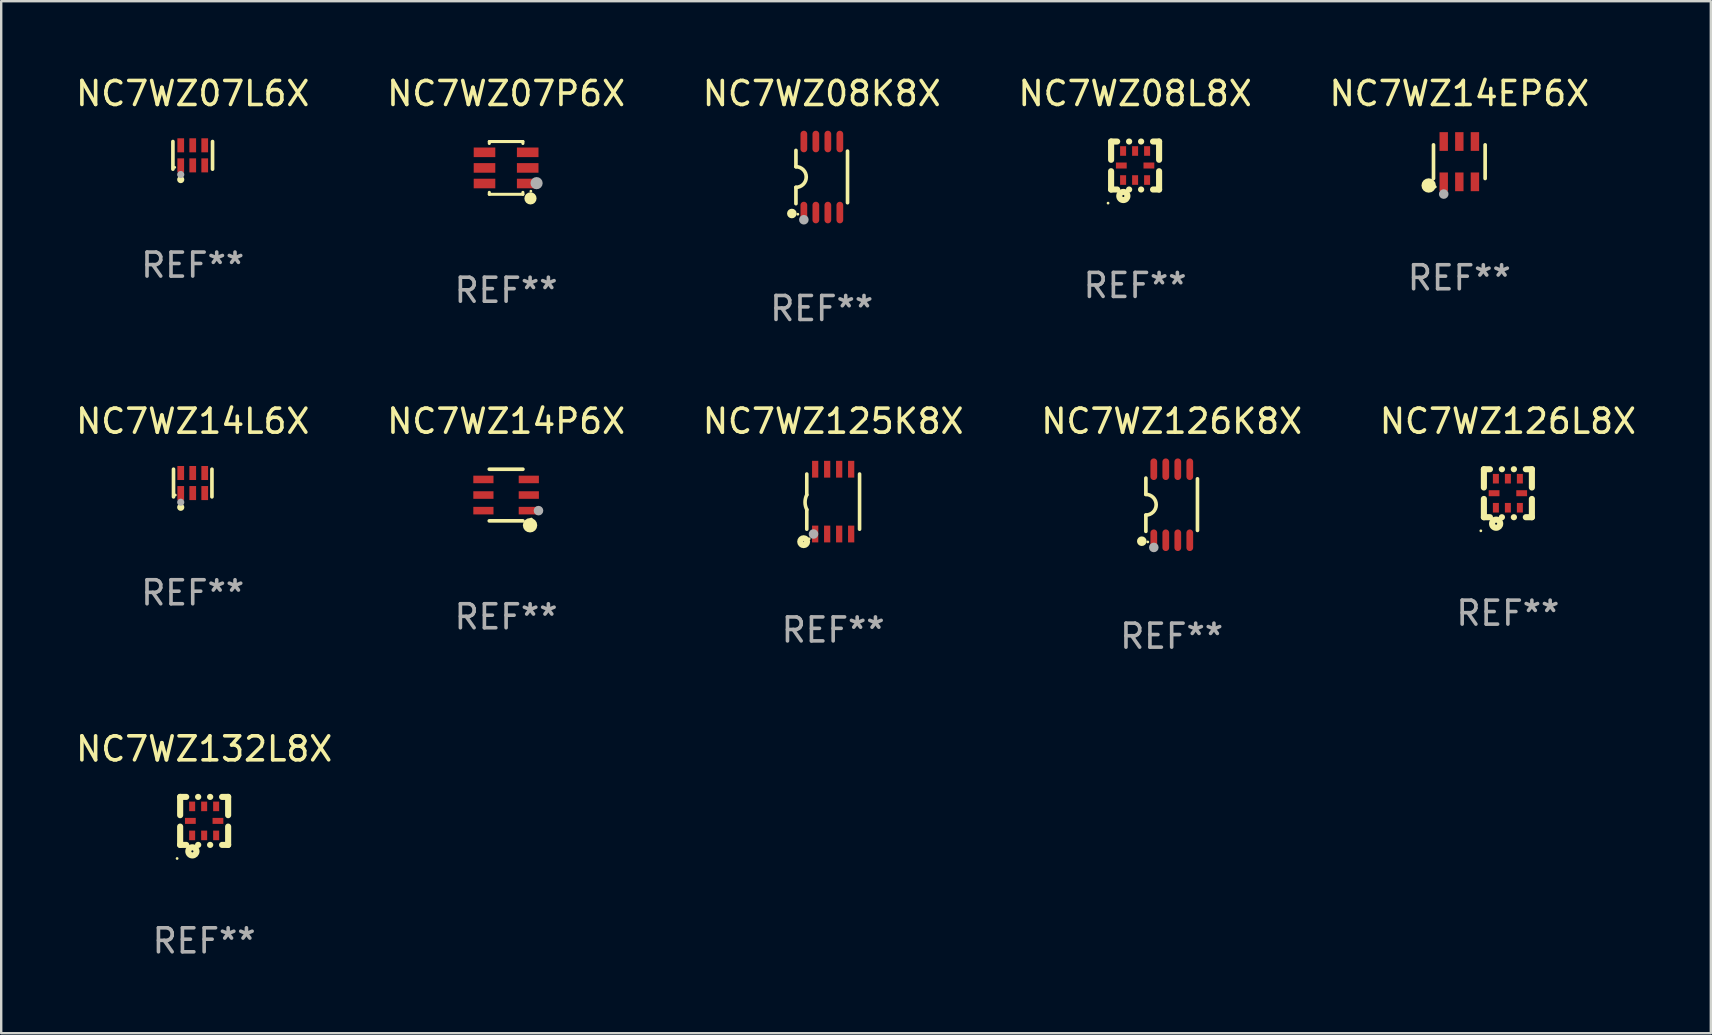
<source format=kicad_pcb>
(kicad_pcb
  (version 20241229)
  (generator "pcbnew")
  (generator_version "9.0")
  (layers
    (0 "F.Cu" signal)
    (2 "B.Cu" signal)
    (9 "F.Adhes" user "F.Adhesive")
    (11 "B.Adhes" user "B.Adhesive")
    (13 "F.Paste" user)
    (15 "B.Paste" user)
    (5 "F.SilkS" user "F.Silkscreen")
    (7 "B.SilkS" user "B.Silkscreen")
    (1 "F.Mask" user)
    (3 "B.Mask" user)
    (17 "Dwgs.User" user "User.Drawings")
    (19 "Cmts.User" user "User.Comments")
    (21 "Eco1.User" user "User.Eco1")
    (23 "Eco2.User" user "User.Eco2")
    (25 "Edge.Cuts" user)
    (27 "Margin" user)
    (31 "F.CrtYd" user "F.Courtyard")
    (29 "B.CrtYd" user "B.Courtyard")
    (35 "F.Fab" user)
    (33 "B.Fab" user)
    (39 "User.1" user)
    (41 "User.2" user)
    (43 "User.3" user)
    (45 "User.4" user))
  (footprint "NC7WZ07L6X"
    (layer "F.Cu")
    (at 4.982 3.424)
    (property "Reference" "NC7WZ07L6X" (at 0 -2.576 0) (layer "F.SilkS") (effects (font (size 1 1) (thickness 0.15))))
    (attr through_hole)
    (fp_line (start -0.826 0.576) (end -0.826 -0.576) (stroke (width 0.152) (type solid)) (layer "F.SilkS"))
    (fp_line (start 0.826 0.576) (end 0.826 -0.576) (stroke (width 0.152) (type solid)) (layer "F.SilkS"))
    (fp_circle (center -0.75 0.5) (end -0.72 0.5) (stroke (width 0.06) (type solid)) (fill no) (layer "F.SilkS"))
    (fp_circle (center -0.5 1.01) (end -0.425 1.01) (stroke (width 0.15) (type solid)) (fill no) (layer "F.SilkS"))
    (fp_circle (center -0.5 0.8) (end -0.425 0.8) (stroke (width 0.15) (type solid)) (fill no) (layer "F.Fab"))
    (fp_text user "REF**" (at 0 4.576 0) (layer "F.Fab") (effects (font (size 1 1) (thickness 0.15))))
    (pad "1" smd rect (at -0.5 0.418) (size 0.28 0.585) (layers "F.Cu" "F.Mask" "F.Paste"))
    (pad "2" smd rect (at 0 0.418) (size 0.28 0.585) (layers "F.Cu" "F.Mask" "F.Paste"))
    (pad "3" smd rect (at 0.5 0.418) (size 0.28 0.585) (layers "F.Cu" "F.Mask" "F.Paste"))
    (pad "4" smd rect (at 0.5 -0.418) (size 0.28 0.585) (layers "F.Cu" "F.Mask" "F.Paste"))
    (pad "5" smd rect (at 0 -0.418) (size 0.28 0.585) (layers "F.Cu" "F.Mask" "F.Paste"))
    (pad "6" smd rect (at -0.5 -0.418) (size 0.28 0.585) (layers "F.Cu" "F.Mask" "F.Paste")))
  (footprint "NC7WZ125K8X"
    (layer "F.Cu")
    (at 31.673 17.855)
    (property "Reference" "NC7WZ125K8X" (at 0 -3.35 0) (layer "F.SilkS") (effects (font (size 1 1) (thickness 0.15))))
    (attr through_hole)
    (fp_line (start -1.1 -1.15) (end -1.1 -0.282) (stroke (width 0.15) (type solid)) (layer "F.SilkS"))
    (fp_line (start -1.1 1.15) (end -1.1 0.332) (stroke (width 0.15) (type solid)) (layer "F.SilkS"))
    (fp_line (start 1.1 -1.15) (end 1.1 1.15) (stroke (width 0.15) (type solid)) (layer "F.SilkS"))
    (fp_arc (start -1.098883 0.33274) (mid -1.171878 0.025277) (end -1.1 -0.282449) (stroke (width 0.150013) (type solid)) (layer "F.SilkS"))
    (fp_circle (center -1.23 1.67) (end -1.087 1.67) (stroke (width 0.254) (type solid)) (fill no) (layer "F.SilkS"))
    (fp_circle (center -1 1.55) (end -0.97 1.55) (stroke (width 0.06) (type solid)) (fill no) (layer "F.SilkS"))
    (fp_circle (center -0.82 1.35) (end -0.72 1.35) (stroke (width 0.2) (type solid)) (fill no) (layer "F.Fab"))
    (fp_text user "REF**" (at 0 5.35 0) (layer "F.Fab") (effects (font (size 1 1) (thickness 0.15))))
    (pad "1" smd rect (at -0.75 1.35) (size 0.26 0.7) (layers "F.Cu" "F.Mask" "F.Paste"))
    (pad "2" smd rect (at -0.25 1.35) (size 0.26 0.7) (layers "F.Cu" "F.Mask" "F.Paste"))
    (pad "3" smd rect (at 0.25 1.35) (size 0.26 0.7) (layers "F.Cu" "F.Mask" "F.Paste"))
    (pad "4" smd rect (at 0.75 1.35) (size 0.26 0.7) (layers "F.Cu" "F.Mask" "F.Paste"))
    (pad "5" smd rect (at 0.75 -1.35) (size 0.26 0.7) (layers "F.Cu" "F.Mask" "F.Paste"))
    (pad "6" smd rect (at 0.25 -1.35) (size 0.26 0.7) (layers "F.Cu" "F.Mask" "F.Paste"))
    (pad "7" smd rect (at -0.25 -1.35) (size 0.26 0.7) (layers "F.Cu" "F.Mask" "F.Paste"))
    (pad "8" smd rect (at -0.75 -1.35) (size 0.26 0.7) (layers "F.Cu" "F.Mask" "F.Paste")))
  (footprint "NC7WZ08K8X"
    (layer "F.Cu")
    (at 31.196 4.328)
    (property "Reference" "NC7WZ08K8X" (at 0 -3.48 0) (layer "F.SilkS") (effects (font (size 1 1) (thickness 0.15))))
    (attr through_hole)
    (fp_line (start -1.075 -1.11) (end -1.075 -0.43) (stroke (width 0.152) (type solid)) (layer "F.SilkS"))
    (fp_line (start -1.075 1.11) (end -1.075 0.43) (stroke (width 0.152) (type solid)) (layer "F.SilkS"))
    (fp_line (start 1.075 -1.08) (end 1.075 1.07) (stroke (width 0.152) (type solid)) (layer "F.SilkS"))
    (fp_arc (start -1.075272 -0.430531) (mid -0.645021 -0.000431) (end -1.074994 0.429947) (stroke (width 0.151994) (type solid)) (layer "F.SilkS"))
    (fp_circle (center -1.245 1.52) (end -1.145 1.52) (stroke (width 0.2) (type solid)) (fill no) (layer "F.SilkS"))
    (fp_circle (center -0.995 1.55) (end -0.965 1.55) (stroke (width 0.06) (type solid)) (fill no) (layer "F.SilkS"))
    (fp_circle (center -0.745 1.78) (end -0.645 1.78) (stroke (width 0.2) (type solid)) (fill no) (layer "F.Fab"))
    (fp_text user "REF**" (at 0 5.48 0) (layer "F.Fab") (effects (font (size 1 1) (thickness 0.15))))
    (pad "1" smd oval (at -0.745 1.48) (size 0.28 0.9) (layers "F.Cu" "F.Mask" "F.Paste"))
    (pad "2" smd oval (at -0.245 1.48) (size 0.28 0.9) (layers "F.Cu" "F.Mask" "F.Paste"))
    (pad "3" smd oval (at 0.255 1.48) (size 0.28 0.9) (layers "F.Cu" "F.Mask" "F.Paste"))
    (pad "4" smd oval (at 0.755 1.48) (size 0.28 0.9) (layers "F.Cu" "F.Mask" "F.Paste"))
    (pad "5" smd oval (at 0.755 -1.48) (size 0.28 0.9) (layers "F.Cu" "F.Mask" "F.Paste"))
    (pad "6" smd oval (at 0.255 -1.48) (size 0.28 0.9) (layers "F.Cu" "F.Mask" "F.Paste"))
    (pad "7" smd oval (at -0.245 -1.48) (size 0.28 0.9) (layers "F.Cu" "F.Mask" "F.Paste"))
    (pad "8" smd oval (at -0.745 -1.48) (size 0.28 0.9) (layers "F.Cu" "F.Mask" "F.Paste")))
  (footprint "NC7WZ126K8X"
    (layer "F.Cu")
    (at 45.78 17.985)
    (property "Reference" "NC7WZ126K8X" (at 0 -3.48 0) (layer "F.SilkS") (effects (font (size 1 1) (thickness 0.15))))
    (attr through_hole)
    (fp_line (start -1.075 -1.11) (end -1.075 -0.43) (stroke (width 0.152) (type solid)) (layer "F.SilkS"))
    (fp_line (start -1.075 1.11) (end -1.075 0.43) (stroke (width 0.152) (type solid)) (layer "F.SilkS"))
    (fp_line (start 1.075 -1.08) (end 1.075 1.07) (stroke (width 0.152) (type solid)) (layer "F.SilkS"))
    (fp_arc (start -1.075272 -0.430531) (mid -0.645021 -0.000431) (end -1.074994 0.429947) (stroke (width 0.151994) (type solid)) (layer "F.SilkS"))
    (fp_circle (center -1.245 1.52) (end -1.145 1.52) (stroke (width 0.2) (type solid)) (fill no) (layer "F.SilkS"))
    (fp_circle (center -0.995 1.55) (end -0.965 1.55) (stroke (width 0.06) (type solid)) (fill no) (layer "F.SilkS"))
    (fp_circle (center -0.745 1.78) (end -0.645 1.78) (stroke (width 0.2) (type solid)) (fill no) (layer "F.Fab"))
    (fp_text user "REF**" (at 0 5.48 0) (layer "F.Fab") (effects (font (size 1 1) (thickness 0.15))))
    (pad "1" smd oval (at -0.745 1.48) (size 0.28 0.9) (layers "F.Cu" "F.Mask" "F.Paste"))
    (pad "2" smd oval (at -0.245 1.48) (size 0.28 0.9) (layers "F.Cu" "F.Mask" "F.Paste"))
    (pad "3" smd oval (at 0.255 1.48) (size 0.28 0.9) (layers "F.Cu" "F.Mask" "F.Paste"))
    (pad "4" smd oval (at 0.755 1.48) (size 0.28 0.9) (layers "F.Cu" "F.Mask" "F.Paste"))
    (pad "5" smd oval (at 0.755 -1.48) (size 0.28 0.9) (layers "F.Cu" "F.Mask" "F.Paste"))
    (pad "6" smd oval (at 0.255 -1.48) (size 0.28 0.9) (layers "F.Cu" "F.Mask" "F.Paste"))
    (pad "7" smd oval (at -0.245 -1.48) (size 0.28 0.9) (layers "F.Cu" "F.Mask" "F.Paste"))
    (pad "8" smd oval (at -0.745 -1.48) (size 0.28 0.9) (layers "F.Cu" "F.Mask" "F.Paste")))
  (footprint "NC7WZ126L8X"
    (layer "F.Cu")
    (at 59.792 17.505)
    (property "Reference" "NC7WZ126L8X" (at 0 -3 0) (layer "F.SilkS") (effects (font (size 1 1) (thickness 0.15))))
    (attr through_hole)
    (fp_line (start -1 -1) (end -0.747 -1) (stroke (width 0.254) (type solid)) (layer "F.SilkS"))
    (fp_line (start -1 -0.238) (end -1 -1) (stroke (width 0.254) (type solid)) (layer "F.SilkS"))
    (fp_line (start -1 1) (end -1 0.238) (stroke (width 0.254) (type solid)) (layer "F.SilkS"))
    (fp_line (start -0.747 1) (end -1 1) (stroke (width 0.254) (type solid)) (layer "F.SilkS"))
    (fp_line (start -0.253 -1) (end -0.247 -1) (stroke (width 0.254) (type solid)) (layer "F.SilkS"))
    (fp_line (start -0.247 1) (end -0.253 1) (stroke (width 0.254) (type solid)) (layer "F.SilkS"))
    (fp_line (start 0.247 -1) (end 0.253 -1) (stroke (width 0.254) (type solid)) (layer "F.SilkS"))
    (fp_line (start 0.253 1) (end 0.247 1) (stroke (width 0.254) (type solid)) (layer "F.SilkS"))
    (fp_line (start 0.747 -1) (end 1 -1) (stroke (width 0.254) (type solid)) (layer "F.SilkS"))
    (fp_line (start 1 -1) (end 1 -0.238) (stroke (width 0.254) (type solid)) (layer "F.SilkS"))
    (fp_line (start 1 0.238) (end 1 1) (stroke (width 0.254) (type solid)) (layer "F.SilkS"))
    (fp_line (start 1 1) (end 0.747 1) (stroke (width 0.254) (type solid)) (layer "F.SilkS"))
    (fp_circle (center -1.127 1.567) (end -1.097 1.567) (stroke (width 0.06) (type solid)) (fill no) (layer "F.SilkS"))
    (fp_circle (center -0.49 1.27) (end -0.32 1.27) (stroke (width 0.254) (type solid)) (fill no) (layer "F.SilkS"))
    (fp_text user "REF**" (at 0 5 0) (layer "F.Fab") (effects (font (size 1 1) (thickness 0.15))))
    (pad "1" smd rect (at -0.5 0.605 90) (size 0.4 0.25) (layers "F.Cu" "F.Mask" "F.Paste"))
    (pad "2" smd rect (at 0 0.605 90) (size 0.4 0.25) (layers "F.Cu" "F.Mask" "F.Paste"))
    (pad "3" smd rect (at 0.5 0.605 90) (size 0.4 0.25) (layers "F.Cu" "F.Mask" "F.Paste"))
    (pad "4" smd rect (at 0.575 0 180) (size 0.45 0.25) (layers "F.Cu" "F.Mask" "F.Paste"))
    (pad "5" smd rect (at 0.5 -0.605 270) (size 0.4 0.25) (layers "F.Cu" "F.Mask" "F.Paste"))
    (pad "6" smd rect (at 0 -0.605 270) (size 0.4 0.25) (layers "F.Cu" "F.Mask" "F.Paste"))
    (pad "7" smd rect (at -0.5 -0.605 270) (size 0.4 0.25) (layers "F.Cu" "F.Mask" "F.Paste"))
    (pad "8" smd rect (at -0.575 0) (size 0.45 0.25) (layers "F.Cu" "F.Mask" "F.Paste")))
  (footprint "NC7WZ07P6X"
    (layer "F.Cu")
    (at 18.042 3.948)
    (property "Reference" "NC7WZ07P6X" (at 0 -3.1 0) (layer "F.SilkS") (effects (font (size 1 1) (thickness 0.15))))
    (attr through_hole)
    (fp_line (start -0.7 -1.018) (end -0.7 -1.1) (stroke (width 0.127) (type solid)) (layer "F.SilkS"))
    (fp_line (start -0.7 1.1) (end -0.7 1.018) (stroke (width 0.127) (type solid)) (layer "F.SilkS"))
    (fp_line (start 0.7 -1.1) (end -0.7 -1.1) (stroke (width 0.127) (type solid)) (layer "F.SilkS"))
    (fp_line (start 0.7 -1.018) (end 0.7 -1.1) (stroke (width 0.127) (type solid)) (layer "F.SilkS"))
    (fp_line (start 0.7 1.1) (end -0.7 1.1) (stroke (width 0.127) (type solid)) (layer "F.SilkS"))
    (fp_line (start 0.7 1.1) (end 0.7 1.018) (stroke (width 0.127) (type solid)) (layer "F.SilkS"))
    (fp_circle (center 1.016 1.27) (end 1.143 1.27) (stroke (width 0.254) (type solid)) (fill no) (layer "F.SilkS"))
    (fp_circle (center 1.032 0.97) (end 1.062 0.97) (stroke (width 0.06) (type solid)) (fill no) (layer "F.SilkS"))
    (fp_circle (center 1.27 0.635) (end 1.397 0.635) (stroke (width 0.254) (type solid)) (fill no) (layer "F.Fab"))
    (fp_text user "REF**" (at 0 5.1 0) (layer "F.Fab") (effects (font (size 1 1) (thickness 0.15))))
    (pad "1" smd rect (at 0.9 0.65 90) (size 0.4 0.9) (layers "F.Cu" "F.Mask" "F.Paste"))
    (pad "2" smd rect (at 0.9 -0.000102 90) (size 0.4 0.9) (layers "F.Cu" "F.Mask" "F.Paste"))
    (pad "3" smd rect (at 0.9 -0.65 90) (size 0.4 0.9) (layers "F.Cu" "F.Mask" "F.Paste"))
    (pad "4" smd rect (at -0.9 -0.65 90) (size 0.4 0.9) (layers "F.Cu" "F.Mask" "F.Paste"))
    (pad "5" smd rect (at -0.9 -0.000102 90) (size 0.4 0.9) (layers "F.Cu" "F.Mask" "F.Paste"))
    (pad "6" smd rect (at -0.9 0.65 90) (size 0.4 0.9) (layers "F.Cu" "F.Mask" "F.Paste")))
  (footprint "NC7WZ14P6X"
    (layer "F.Cu")
    (at 18.042 17.581)
    (property "Reference" "NC7WZ14P6X" (at 0 -3.076 0) (layer "F.SilkS") (effects (font (size 1 1) (thickness 0.15))))
    (attr through_hole)
    (fp_line (start 0.701 -1.076) (end -0.701 -1.076) (stroke (width 0.152) (type solid)) (layer "F.SilkS"))
    (fp_line (start 0.701 1.076) (end -0.701 1.076) (stroke (width 0.152) (type solid)) (layer "F.SilkS"))
    (fp_circle (center 0.998 1.26) (end 1.148 1.26) (stroke (width 0.3) (type solid)) (fill no) (layer "F.SilkS"))
    (fp_circle (center 1.05 1) (end 1.08 1) (stroke (width 0.06) (type solid)) (fill no) (layer "F.SilkS"))
    (fp_circle (center 1.35 0.65) (end 1.45 0.65) (stroke (width 0.2) (type solid)) (fill no) (layer "F.Fab"))
    (fp_text user "REF**" (at 0 5.076 0) (layer "F.Fab") (effects (font (size 1 1) (thickness 0.15))))
    (pad "1" smd rect (at 0.946 0.65) (size 0.841 0.315) (layers "F.Cu" "F.Mask" "F.Paste"))
    (pad "2" smd rect (at 0.946 0) (size 0.841 0.315) (layers "F.Cu" "F.Mask" "F.Paste"))
    (pad "3" smd rect (at 0.946 -0.65) (size 0.841 0.315) (layers "F.Cu" "F.Mask" "F.Paste"))
    (pad "4" smd rect (at -0.946 -0.65) (size 0.841 0.315) (layers "F.Cu" "F.Mask" "F.Paste"))
    (pad "5" smd rect (at -0.946 0) (size 0.841 0.315) (layers "F.Cu" "F.Mask" "F.Paste"))
    (pad "6" smd rect (at -0.946 0.65) (size 0.841 0.315) (layers "F.Cu" "F.Mask" "F.Paste")))
  (footprint "NC7WZ132L8X"
    (layer "F.Cu")
    (at 5.458 31.161)
    (property "Reference" "NC7WZ132L8X" (at 0 -3 0) (layer "F.SilkS") (effects (font (size 1 1) (thickness 0.15))))
    (attr through_hole)
    (fp_line (start -1 -1) (end -0.747 -1) (stroke (width 0.254) (type solid)) (layer "F.SilkS"))
    (fp_line (start -1 -0.238) (end -1 -1) (stroke (width 0.254) (type solid)) (layer "F.SilkS"))
    (fp_line (start -1 1) (end -1 0.238) (stroke (width 0.254) (type solid)) (layer "F.SilkS"))
    (fp_line (start -0.747 1) (end -1 1) (stroke (width 0.254) (type solid)) (layer "F.SilkS"))
    (fp_line (start -0.253 -1) (end -0.247 -1) (stroke (width 0.254) (type solid)) (layer "F.SilkS"))
    (fp_line (start -0.247 1) (end -0.253 1) (stroke (width 0.254) (type solid)) (layer "F.SilkS"))
    (fp_line (start 0.247 -1) (end 0.253 -1) (stroke (width 0.254) (type solid)) (layer "F.SilkS"))
    (fp_line (start 0.253 1) (end 0.247 1) (stroke (width 0.254) (type solid)) (layer "F.SilkS"))
    (fp_line (start 0.747 -1) (end 1 -1) (stroke (width 0.254) (type solid)) (layer "F.SilkS"))
    (fp_line (start 1 -1) (end 1 -0.238) (stroke (width 0.254) (type solid)) (layer "F.SilkS"))
    (fp_line (start 1 0.238) (end 1 1) (stroke (width 0.254) (type solid)) (layer "F.SilkS"))
    (fp_line (start 1 1) (end 0.747 1) (stroke (width 0.254) (type solid)) (layer "F.SilkS"))
    (fp_circle (center -1.127 1.567) (end -1.097 1.567) (stroke (width 0.06) (type solid)) (fill no) (layer "F.SilkS"))
    (fp_circle (center -0.49 1.27) (end -0.32 1.27) (stroke (width 0.254) (type solid)) (fill no) (layer "F.SilkS"))
    (fp_text user "REF**" (at 0 5 0) (layer "F.Fab") (effects (font (size 1 1) (thickness 0.15))))
    (pad "1" smd rect (at -0.5 0.605 90) (size 0.4 0.25) (layers "F.Cu" "F.Mask" "F.Paste"))
    (pad "2" smd rect (at 0 0.605 90) (size 0.4 0.25) (layers "F.Cu" "F.Mask" "F.Paste"))
    (pad "3" smd rect (at 0.5 0.605 90) (size 0.4 0.25) (layers "F.Cu" "F.Mask" "F.Paste"))
    (pad "4" smd rect (at 0.575 0 180) (size 0.45 0.25) (layers "F.Cu" "F.Mask" "F.Paste"))
    (pad "5" smd rect (at 0.5 -0.605 270) (size 0.4 0.25) (layers "F.Cu" "F.Mask" "F.Paste"))
    (pad "6" smd rect (at 0 -0.605 270) (size 0.4 0.25) (layers "F.Cu" "F.Mask" "F.Paste"))
    (pad "7" smd rect (at -0.5 -0.605 270) (size 0.4 0.25) (layers "F.Cu" "F.Mask" "F.Paste"))
    (pad "8" smd rect (at -0.575 0) (size 0.45 0.25) (layers "F.Cu" "F.Mask" "F.Paste")))
  (footprint "NC7WZ14EP6X"
    (layer "F.Cu")
    (at 57.768 3.688)
    (property "Reference" "NC7WZ14EP6X" (at 0 -2.84 0) (layer "F.SilkS") (effects (font (size 1 1) (thickness 0.15))))
    (attr through_hole)
    (fp_line (start -1.076 0.701) (end -1.076 -0.701) (stroke (width 0.152) (type solid)) (layer "F.SilkS"))
    (fp_line (start 1.076 0.701) (end 1.076 -0.701) (stroke (width 0.152) (type solid)) (layer "F.SilkS"))
    (fp_circle (center -1.277 0.992) (end -1.127 0.992) (stroke (width 0.3) (type solid)) (fill no) (layer "F.SilkS"))
    (fp_circle (center -1 1.05) (end -0.97 1.05) (stroke (width 0.06) (type solid)) (fill no) (layer "F.SilkS"))
    (fp_circle (center -0.65 1.35) (end -0.55 1.35) (stroke (width 0.2) (type solid)) (fill no) (layer "F.Fab"))
    (fp_text user "REF**" (at 0 4.84 0) (layer "F.Fab") (effects (font (size 1 1) (thickness 0.15))))
    (pad "1" smd rect (at -0.65 0.84) (size 0.35 0.78) (layers "F.Cu" "F.Mask" "F.Paste"))
    (pad "2" smd rect (at 0 0.84) (size 0.35 0.78) (layers "F.Cu" "F.Mask" "F.Paste"))
    (pad "3" smd rect (at 0.65 0.84) (size 0.35 0.78) (layers "F.Cu" "F.Mask" "F.Paste"))
    (pad "4" smd rect (at 0.65 -0.84) (size 0.35 0.78) (layers "F.Cu" "F.Mask" "F.Paste"))
    (pad "5" smd rect (at 0 -0.84) (size 0.35 0.78) (layers "F.Cu" "F.Mask" "F.Paste"))
    (pad "6" smd rect (at -0.65 -0.84) (size 0.35 0.78) (layers "F.Cu" "F.Mask" "F.Paste")))
  (footprint "NC7WZ14L6X"
    (layer "F.Cu")
    (at 4.982 17.081)
    (property "Reference" "NC7WZ14L6X" (at 0 -2.576 0) (layer "F.SilkS") (effects (font (size 1 1) (thickness 0.15))))
    (attr through_hole)
    (fp_line (start -0.801 0.576) (end -0.801 -0.576) (stroke (width 0.152) (type solid)) (layer "F.SilkS"))
    (fp_line (start 0.801 0.576) (end 0.801 -0.576) (stroke (width 0.152) (type solid)) (layer "F.SilkS"))
    (fp_circle (center -0.725 0.5) (end -0.695 0.5) (stroke (width 0.06) (type solid)) (fill no) (layer "F.SilkS"))
    (fp_circle (center -0.5 1.01) (end -0.425 1.01) (stroke (width 0.15) (type solid)) (fill no) (layer "F.SilkS"))
    (fp_circle (center -0.5 0.8) (end -0.425 0.8) (stroke (width 0.15) (type solid)) (fill no) (layer "F.Fab"))
    (fp_text user "REF**" (at 0 4.576 0) (layer "F.Fab") (effects (font (size 1 1) (thickness 0.15))))
    (pad "1" smd rect (at -0.5 0.418) (size 0.28 0.585) (layers "F.Cu" "F.Mask" "F.Paste"))
    (pad "2" smd rect (at 0 0.418) (size 0.28 0.585) (layers "F.Cu" "F.Mask" "F.Paste"))
    (pad "3" smd rect (at 0.5 0.418) (size 0.28 0.585) (layers "F.Cu" "F.Mask" "F.Paste"))
    (pad "4" smd rect (at 0.5 -0.418) (size 0.28 0.585) (layers "F.Cu" "F.Mask" "F.Paste"))
    (pad "5" smd rect (at 0 -0.418) (size 0.28 0.585) (layers "F.Cu" "F.Mask" "F.Paste"))
    (pad "6" smd rect (at -0.5 -0.418) (size 0.28 0.585) (layers "F.Cu" "F.Mask" "F.Paste")))
  (footprint "NC7WZ08L8X"
    (layer "F.Cu")
    (at 44.256 3.848)
    (property "Reference" "NC7WZ08L8X" (at 0 -3 0) (layer "F.SilkS") (effects (font (size 1 1) (thickness 0.15))))
    (attr through_hole)
    (fp_line (start -1 -1) (end -0.747 -1) (stroke (width 0.254) (type solid)) (layer "F.SilkS"))
    (fp_line (start -1 -0.238) (end -1 -1) (stroke (width 0.254) (type solid)) (layer "F.SilkS"))
    (fp_line (start -1 1) (end -1 0.238) (stroke (width 0.254) (type solid)) (layer "F.SilkS"))
    (fp_line (start -0.747 1) (end -1 1) (stroke (width 0.254) (type solid)) (layer "F.SilkS"))
    (fp_line (start -0.253 -1) (end -0.247 -1) (stroke (width 0.254) (type solid)) (layer "F.SilkS"))
    (fp_line (start -0.247 1) (end -0.253 1) (stroke (width 0.254) (type solid)) (layer "F.SilkS"))
    (fp_line (start 0.247 -1) (end 0.253 -1) (stroke (width 0.254) (type solid)) (layer "F.SilkS"))
    (fp_line (start 0.253 1) (end 0.247 1) (stroke (width 0.254) (type solid)) (layer "F.SilkS"))
    (fp_line (start 0.747 -1) (end 1 -1) (stroke (width 0.254) (type solid)) (layer "F.SilkS"))
    (fp_line (start 1 -1) (end 1 -0.238) (stroke (width 0.254) (type solid)) (layer "F.SilkS"))
    (fp_line (start 1 0.238) (end 1 1) (stroke (width 0.254) (type solid)) (layer "F.SilkS"))
    (fp_line (start 1 1) (end 0.747 1) (stroke (width 0.254) (type solid)) (layer "F.SilkS"))
    (fp_circle (center -1.127 1.567) (end -1.097 1.567) (stroke (width 0.06) (type solid)) (fill no) (layer "F.SilkS"))
    (fp_circle (center -0.49 1.27) (end -0.32 1.27) (stroke (width 0.254) (type solid)) (fill no) (layer "F.SilkS"))
    (fp_text user "REF**" (at 0 5 0) (layer "F.Fab") (effects (font (size 1 1) (thickness 0.15))))
    (pad "1" smd rect (at -0.5 0.605 90) (size 0.4 0.25) (layers "F.Cu" "F.Mask" "F.Paste"))
    (pad "2" smd rect (at 0 0.605 90) (size 0.4 0.25) (layers "F.Cu" "F.Mask" "F.Paste"))
    (pad "3" smd rect (at 0.5 0.605 90) (size 0.4 0.25) (layers "F.Cu" "F.Mask" "F.Paste"))
    (pad "4" smd rect (at 0.575 0 180) (size 0.45 0.25) (layers "F.Cu" "F.Mask" "F.Paste"))
    (pad "5" smd rect (at 0.5 -0.605 270) (size 0.4 0.25) (layers "F.Cu" "F.Mask" "F.Paste"))
    (pad "6" smd rect (at 0 -0.605 270) (size 0.4 0.25) (layers "F.Cu" "F.Mask" "F.Paste"))
    (pad "7" smd rect (at -0.5 -0.605 270) (size 0.4 0.25) (layers "F.Cu" "F.Mask" "F.Paste"))
    (pad "8" smd rect (at -0.575 0) (size 0.45 0.25) (layers "F.Cu" "F.Mask" "F.Paste")))
  (gr_rect
    (start -3 -3)
    (end 68.25 40.01)
    (stroke (width 0.1) (type default))
    (fill no)
    (layer "Edge.Cuts")))
</source>
